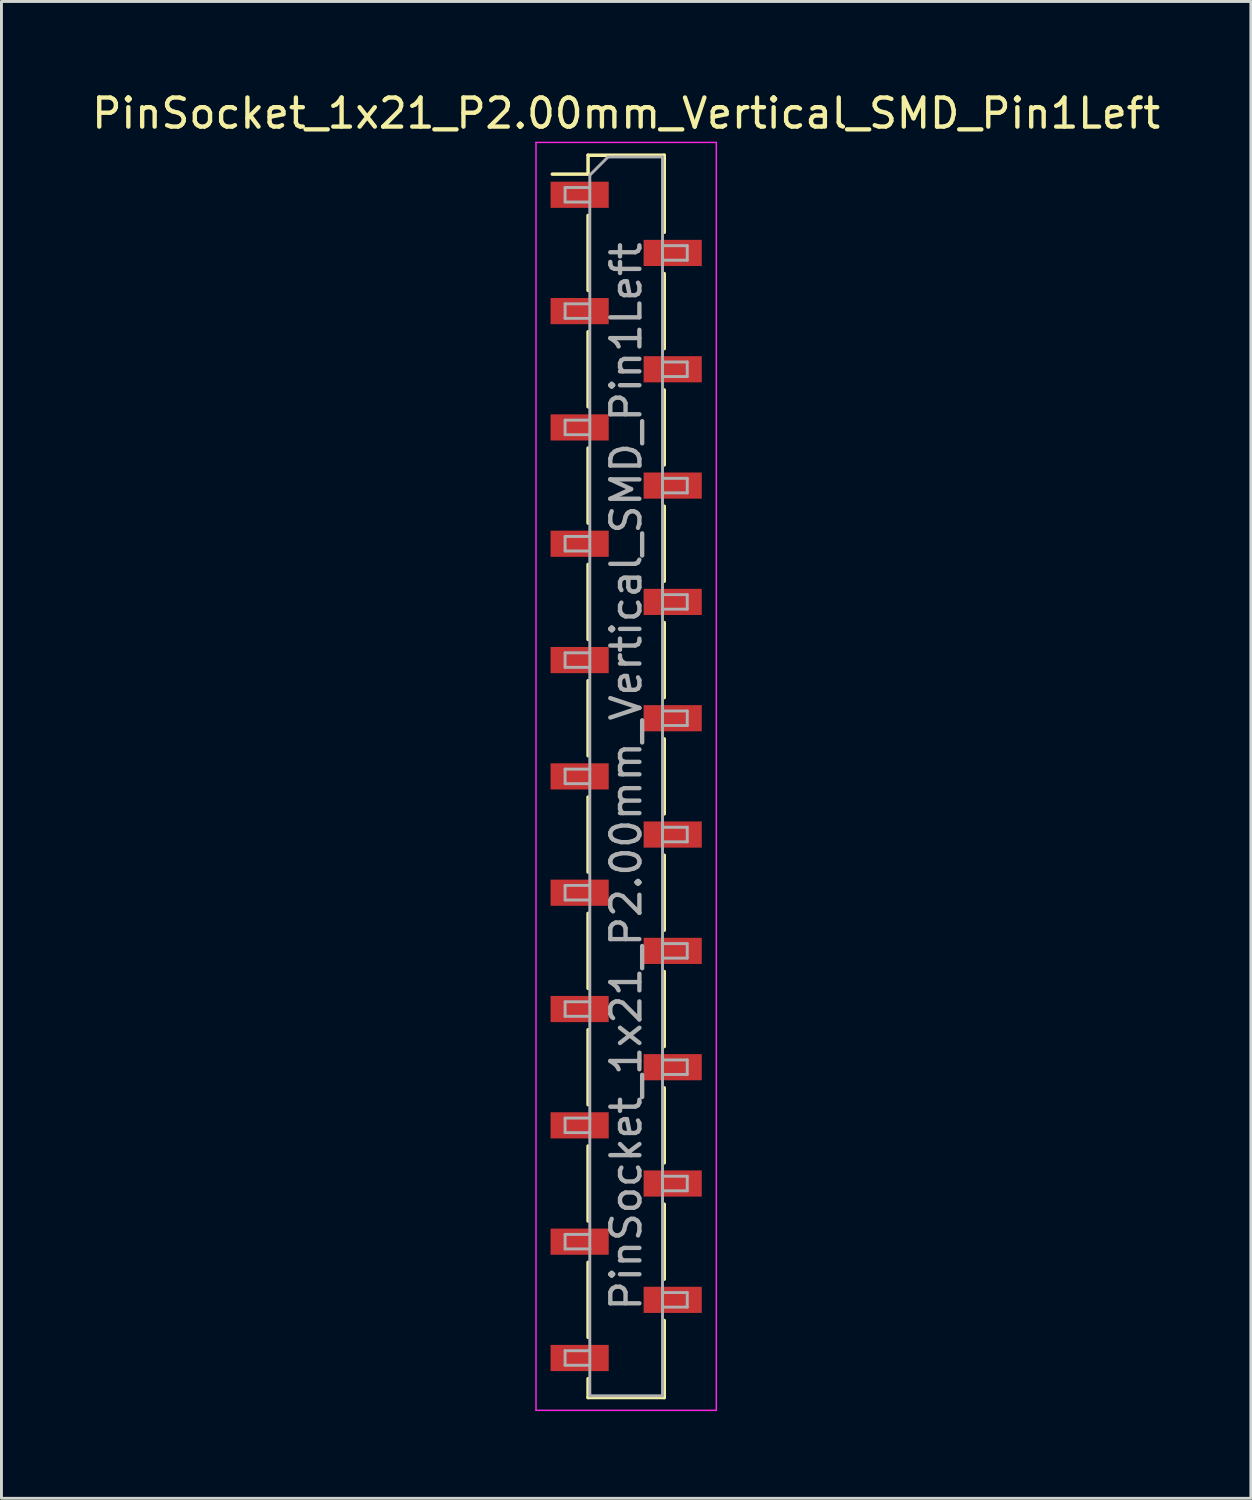
<source format=kicad_pcb>
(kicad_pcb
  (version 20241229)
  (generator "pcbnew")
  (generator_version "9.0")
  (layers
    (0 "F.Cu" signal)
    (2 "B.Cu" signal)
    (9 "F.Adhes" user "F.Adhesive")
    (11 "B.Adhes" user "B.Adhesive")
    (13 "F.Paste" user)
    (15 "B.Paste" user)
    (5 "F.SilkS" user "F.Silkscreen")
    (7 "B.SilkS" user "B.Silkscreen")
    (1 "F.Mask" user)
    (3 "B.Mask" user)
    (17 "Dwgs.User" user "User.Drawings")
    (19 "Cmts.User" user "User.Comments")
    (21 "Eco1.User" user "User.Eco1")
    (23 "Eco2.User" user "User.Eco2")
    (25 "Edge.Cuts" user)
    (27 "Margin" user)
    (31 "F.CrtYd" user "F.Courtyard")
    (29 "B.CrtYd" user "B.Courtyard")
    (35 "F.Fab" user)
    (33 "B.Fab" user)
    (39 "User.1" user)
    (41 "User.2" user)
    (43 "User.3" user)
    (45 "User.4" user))
  (footprint "PinSocket_1x21_P2.00mm_Vertical_SMD_Pin1Left"
    (layer "F.Cu")
    (at 18.482 23.648)
    (property "Reference" "PinSocket_1x21_P2.00mm_Vertical_SMD_Pin1Left" (at 0 -22.8 0) (layer "F.SilkS") (effects (font (size 1 1) (thickness 0.15))))
    (attr smd)
    (fp_line (start -2.54 -20.71) (end -1.31 -20.71) (stroke (width 0.12) (type solid)) (layer "F.SilkS"))
    (fp_line (start -1.31 -21.36) (end -1.31 -20.71) (stroke (width 0.12) (type solid)) (layer "F.SilkS"))
    (fp_line (start -1.31 -21.36) (end 1.31 -21.36) (stroke (width 0.12) (type solid)) (layer "F.SilkS"))
    (fp_line (start -1.31 -19.29) (end -1.31 -16.71) (stroke (width 0.12) (type solid)) (layer "F.SilkS"))
    (fp_line (start -1.31 -15.29) (end -1.31 -12.71) (stroke (width 0.12) (type solid)) (layer "F.SilkS"))
    (fp_line (start -1.31 -11.29) (end -1.31 -8.71) (stroke (width 0.12) (type solid)) (layer "F.SilkS"))
    (fp_line (start -1.31 -7.29) (end -1.31 -4.71) (stroke (width 0.12) (type solid)) (layer "F.SilkS"))
    (fp_line (start -1.31 -3.29) (end -1.31 -0.71) (stroke (width 0.12) (type solid)) (layer "F.SilkS"))
    (fp_line (start -1.31 0.71) (end -1.31 3.29) (stroke (width 0.12) (type solid)) (layer "F.SilkS"))
    (fp_line (start -1.31 4.71) (end -1.31 7.29) (stroke (width 0.12) (type solid)) (layer "F.SilkS"))
    (fp_line (start -1.31 8.71) (end -1.31 11.29) (stroke (width 0.12) (type solid)) (layer "F.SilkS"))
    (fp_line (start -1.31 12.71) (end -1.31 15.29) (stroke (width 0.12) (type solid)) (layer "F.SilkS"))
    (fp_line (start -1.31 16.71) (end -1.31 19.29) (stroke (width 0.12) (type solid)) (layer "F.SilkS"))
    (fp_line (start -1.31 20.71) (end -1.31 21.36) (stroke (width 0.12) (type solid)) (layer "F.SilkS"))
    (fp_line (start -1.31 21.36) (end 1.31 21.36) (stroke (width 0.12) (type solid)) (layer "F.SilkS"))
    (fp_line (start 1.31 -21.36) (end 1.31 -18.71) (stroke (width 0.12) (type solid)) (layer "F.SilkS"))
    (fp_line (start 1.31 -17.29) (end 1.31 -14.71) (stroke (width 0.12) (type solid)) (layer "F.SilkS"))
    (fp_line (start 1.31 -13.29) (end 1.31 -10.71) (stroke (width 0.12) (type solid)) (layer "F.SilkS"))
    (fp_line (start 1.31 -9.29) (end 1.31 -6.71) (stroke (width 0.12) (type solid)) (layer "F.SilkS"))
    (fp_line (start 1.31 -5.29) (end 1.31 -2.71) (stroke (width 0.12) (type solid)) (layer "F.SilkS"))
    (fp_line (start 1.31 -1.29) (end 1.31 1.29) (stroke (width 0.12) (type solid)) (layer "F.SilkS"))
    (fp_line (start 1.31 2.71) (end 1.31 5.29) (stroke (width 0.12) (type solid)) (layer "F.SilkS"))
    (fp_line (start 1.31 6.71) (end 1.31 9.29) (stroke (width 0.12) (type solid)) (layer "F.SilkS"))
    (fp_line (start 1.31 10.71) (end 1.31 13.29) (stroke (width 0.12) (type solid)) (layer "F.SilkS"))
    (fp_line (start 1.31 14.71) (end 1.31 17.29) (stroke (width 0.12) (type solid)) (layer "F.SilkS"))
    (fp_line (start 1.31 18.71) (end 1.31 21.36) (stroke (width 0.12) (type solid)) (layer "F.SilkS"))
    (fp_line (start -3.1 -21.8) (end 3.1 -21.8) (stroke (width 0.05) (type solid)) (layer "F.CrtYd"))
    (fp_line (start -3.1 21.8) (end -3.1 -21.8) (stroke (width 0.05) (type solid)) (layer "F.CrtYd"))
    (fp_line (start 3.1 -21.8) (end 3.1 21.8) (stroke (width 0.05) (type solid)) (layer "F.CrtYd"))
    (fp_line (start 3.1 21.8) (end -3.1 21.8) (stroke (width 0.05) (type solid)) (layer "F.CrtYd"))
    (fp_line (start -2.1 -20.25) (end -1.25 -20.25) (stroke (width 0.1) (type solid)) (layer "F.Fab"))
    (fp_line (start -2.1 -19.75) (end -2.1 -20.25) (stroke (width 0.1) (type solid)) (layer "F.Fab"))
    (fp_line (start -2.1 -16.25) (end -1.25 -16.25) (stroke (width 0.1) (type solid)) (layer "F.Fab"))
    (fp_line (start -2.1 -15.75) (end -2.1 -16.25) (stroke (width 0.1) (type solid)) (layer "F.Fab"))
    (fp_line (start -2.1 -12.25) (end -1.25 -12.25) (stroke (width 0.1) (type solid)) (layer "F.Fab"))
    (fp_line (start -2.1 -11.75) (end -2.1 -12.25) (stroke (width 0.1) (type solid)) (layer "F.Fab"))
    (fp_line (start -2.1 -8.25) (end -1.25 -8.25) (stroke (width 0.1) (type solid)) (layer "F.Fab"))
    (fp_line (start -2.1 -7.75) (end -2.1 -8.25) (stroke (width 0.1) (type solid)) (layer "F.Fab"))
    (fp_line (start -2.1 -4.25) (end -1.25 -4.25) (stroke (width 0.1) (type solid)) (layer "F.Fab"))
    (fp_line (start -2.1 -3.75) (end -2.1 -4.25) (stroke (width 0.1) (type solid)) (layer "F.Fab"))
    (fp_line (start -2.1 -0.25) (end -1.25 -0.25) (stroke (width 0.1) (type solid)) (layer "F.Fab"))
    (fp_line (start -2.1 0.25) (end -2.1 -0.25) (stroke (width 0.1) (type solid)) (layer "F.Fab"))
    (fp_line (start -2.1 3.75) (end -1.25 3.75) (stroke (width 0.1) (type solid)) (layer "F.Fab"))
    (fp_line (start -2.1 4.25) (end -2.1 3.75) (stroke (width 0.1) (type solid)) (layer "F.Fab"))
    (fp_line (start -2.1 7.75) (end -1.25 7.75) (stroke (width 0.1) (type solid)) (layer "F.Fab"))
    (fp_line (start -2.1 8.25) (end -2.1 7.75) (stroke (width 0.1) (type solid)) (layer "F.Fab"))
    (fp_line (start -2.1 11.75) (end -1.25 11.75) (stroke (width 0.1) (type solid)) (layer "F.Fab"))
    (fp_line (start -2.1 12.25) (end -2.1 11.75) (stroke (width 0.1) (type solid)) (layer "F.Fab"))
    (fp_line (start -2.1 15.75) (end -1.25 15.75) (stroke (width 0.1) (type solid)) (layer "F.Fab"))
    (fp_line (start -2.1 16.25) (end -2.1 15.75) (stroke (width 0.1) (type solid)) (layer "F.Fab"))
    (fp_line (start -2.1 19.75) (end -1.25 19.75) (stroke (width 0.1) (type solid)) (layer "F.Fab"))
    (fp_line (start -2.1 20.25) (end -2.1 19.75) (stroke (width 0.1) (type solid)) (layer "F.Fab"))
    (fp_line (start -1.25 -20.675) (end -0.625 -21.3) (stroke (width 0.1) (type solid)) (layer "F.Fab"))
    (fp_line (start -1.25 -19.75) (end -2.1 -19.75) (stroke (width 0.1) (type solid)) (layer "F.Fab"))
    (fp_line (start -1.25 -15.75) (end -2.1 -15.75) (stroke (width 0.1) (type solid)) (layer "F.Fab"))
    (fp_line (start -1.25 -11.75) (end -2.1 -11.75) (stroke (width 0.1) (type solid)) (layer "F.Fab"))
    (fp_line (start -1.25 -7.75) (end -2.1 -7.75) (stroke (width 0.1) (type solid)) (layer "F.Fab"))
    (fp_line (start -1.25 -3.75) (end -2.1 -3.75) (stroke (width 0.1) (type solid)) (layer "F.Fab"))
    (fp_line (start -1.25 0.25) (end -2.1 0.25) (stroke (width 0.1) (type solid)) (layer "F.Fab"))
    (fp_line (start -1.25 4.25) (end -2.1 4.25) (stroke (width 0.1) (type solid)) (layer "F.Fab"))
    (fp_line (start -1.25 8.25) (end -2.1 8.25) (stroke (width 0.1) (type solid)) (layer "F.Fab"))
    (fp_line (start -1.25 12.25) (end -2.1 12.25) (stroke (width 0.1) (type solid)) (layer "F.Fab"))
    (fp_line (start -1.25 16.25) (end -2.1 16.25) (stroke (width 0.1) (type solid)) (layer "F.Fab"))
    (fp_line (start -1.25 20.25) (end -2.1 20.25) (stroke (width 0.1) (type solid)) (layer "F.Fab"))
    (fp_line (start -1.25 21.3) (end -1.25 -20.675) (stroke (width 0.1) (type solid)) (layer "F.Fab"))
    (fp_line (start -0.625 -21.3) (end 1.25 -21.3) (stroke (width 0.1) (type solid)) (layer "F.Fab"))
    (fp_line (start 1.25 -21.3) (end 1.25 21.3) (stroke (width 0.1) (type solid)) (layer "F.Fab"))
    (fp_line (start 1.25 -18.25) (end 2.1 -18.25) (stroke (width 0.1) (type solid)) (layer "F.Fab"))
    (fp_line (start 1.25 -14.25) (end 2.1 -14.25) (stroke (width 0.1) (type solid)) (layer "F.Fab"))
    (fp_line (start 1.25 -10.25) (end 2.1 -10.25) (stroke (width 0.1) (type solid)) (layer "F.Fab"))
    (fp_line (start 1.25 -6.25) (end 2.1 -6.25) (stroke (width 0.1) (type solid)) (layer "F.Fab"))
    (fp_line (start 1.25 -2.25) (end 2.1 -2.25) (stroke (width 0.1) (type solid)) (layer "F.Fab"))
    (fp_line (start 1.25 1.75) (end 2.1 1.75) (stroke (width 0.1) (type solid)) (layer "F.Fab"))
    (fp_line (start 1.25 5.75) (end 2.1 5.75) (stroke (width 0.1) (type solid)) (layer "F.Fab"))
    (fp_line (start 1.25 9.75) (end 2.1 9.75) (stroke (width 0.1) (type solid)) (layer "F.Fab"))
    (fp_line (start 1.25 13.75) (end 2.1 13.75) (stroke (width 0.1) (type solid)) (layer "F.Fab"))
    (fp_line (start 1.25 17.75) (end 2.1 17.75) (stroke (width 0.1) (type solid)) (layer "F.Fab"))
    (fp_line (start 1.25 21.3) (end -1.25 21.3) (stroke (width 0.1) (type solid)) (layer "F.Fab"))
    (fp_line (start 2.1 -18.25) (end 2.1 -17.75) (stroke (width 0.1) (type solid)) (layer "F.Fab"))
    (fp_line (start 2.1 -17.75) (end 1.25 -17.75) (stroke (width 0.1) (type solid)) (layer "F.Fab"))
    (fp_line (start 2.1 -14.25) (end 2.1 -13.75) (stroke (width 0.1) (type solid)) (layer "F.Fab"))
    (fp_line (start 2.1 -13.75) (end 1.25 -13.75) (stroke (width 0.1) (type solid)) (layer "F.Fab"))
    (fp_line (start 2.1 -10.25) (end 2.1 -9.75) (stroke (width 0.1) (type solid)) (layer "F.Fab"))
    (fp_line (start 2.1 -9.75) (end 1.25 -9.75) (stroke (width 0.1) (type solid)) (layer "F.Fab"))
    (fp_line (start 2.1 -6.25) (end 2.1 -5.75) (stroke (width 0.1) (type solid)) (layer "F.Fab"))
    (fp_line (start 2.1 -5.75) (end 1.25 -5.75) (stroke (width 0.1) (type solid)) (layer "F.Fab"))
    (fp_line (start 2.1 -2.25) (end 2.1 -1.75) (stroke (width 0.1) (type solid)) (layer "F.Fab"))
    (fp_line (start 2.1 -1.75) (end 1.25 -1.75) (stroke (width 0.1) (type solid)) (layer "F.Fab"))
    (fp_line (start 2.1 1.75) (end 2.1 2.25) (stroke (width 0.1) (type solid)) (layer "F.Fab"))
    (fp_line (start 2.1 2.25) (end 1.25 2.25) (stroke (width 0.1) (type solid)) (layer "F.Fab"))
    (fp_line (start 2.1 5.75) (end 2.1 6.25) (stroke (width 0.1) (type solid)) (layer "F.Fab"))
    (fp_line (start 2.1 6.25) (end 1.25 6.25) (stroke (width 0.1) (type solid)) (layer "F.Fab"))
    (fp_line (start 2.1 9.75) (end 2.1 10.25) (stroke (width 0.1) (type solid)) (layer "F.Fab"))
    (fp_line (start 2.1 10.25) (end 1.25 10.25) (stroke (width 0.1) (type solid)) (layer "F.Fab"))
    (fp_line (start 2.1 13.75) (end 2.1 14.25) (stroke (width 0.1) (type solid)) (layer "F.Fab"))
    (fp_line (start 2.1 14.25) (end 1.25 14.25) (stroke (width 0.1) (type solid)) (layer "F.Fab"))
    (fp_line (start 2.1 17.75) (end 2.1 18.25) (stroke (width 0.1) (type solid)) (layer "F.Fab"))
    (fp_line (start 2.1 18.25) (end 1.25 18.25) (stroke (width 0.1) (type solid)) (layer "F.Fab"))
    (fp_text user "${REFERENCE}" (at 0 0 90) (layer "F.Fab") (effects (font (size 1 1) (thickness 0.15))))
    (pad "1" smd rect (at -1.6 -20) (size 2 0.9) (layers "F.Cu" "F.Mask" "F.Paste"))
    (pad "2" smd rect (at 1.6 -18) (size 2 0.9) (layers "F.Cu" "F.Mask" "F.Paste"))
    (pad "3" smd rect (at -1.6 -16) (size 2 0.9) (layers "F.Cu" "F.Mask" "F.Paste"))
    (pad "4" smd rect (at 1.6 -14) (size 2 0.9) (layers "F.Cu" "F.Mask" "F.Paste"))
    (pad "5" smd rect (at -1.6 -12) (size 2 0.9) (layers "F.Cu" "F.Mask" "F.Paste"))
    (pad "6" smd rect (at 1.6 -10) (size 2 0.9) (layers "F.Cu" "F.Mask" "F.Paste"))
    (pad "7" smd rect (at -1.6 -8) (size 2 0.9) (layers "F.Cu" "F.Mask" "F.Paste"))
    (pad "8" smd rect (at 1.6 -6) (size 2 0.9) (layers "F.Cu" "F.Mask" "F.Paste"))
    (pad "9" smd rect (at -1.6 -4) (size 2 0.9) (layers "F.Cu" "F.Mask" "F.Paste"))
    (pad "10" smd rect (at 1.6 -2) (size 2 0.9) (layers "F.Cu" "F.Mask" "F.Paste"))
    (pad "11" smd rect (at -1.6 0) (size 2 0.9) (layers "F.Cu" "F.Mask" "F.Paste"))
    (pad "12" smd rect (at 1.6 2) (size 2 0.9) (layers "F.Cu" "F.Mask" "F.Paste"))
    (pad "13" smd rect (at -1.6 4) (size 2 0.9) (layers "F.Cu" "F.Mask" "F.Paste"))
    (pad "14" smd rect (at 1.6 6) (size 2 0.9) (layers "F.Cu" "F.Mask" "F.Paste"))
    (pad "15" smd rect (at -1.6 8) (size 2 0.9) (layers "F.Cu" "F.Mask" "F.Paste"))
    (pad "16" smd rect (at 1.6 10) (size 2 0.9) (layers "F.Cu" "F.Mask" "F.Paste"))
    (pad "17" smd rect (at -1.6 12) (size 2 0.9) (layers "F.Cu" "F.Mask" "F.Paste"))
    (pad "18" smd rect (at 1.6 14) (size 2 0.9) (layers "F.Cu" "F.Mask" "F.Paste"))
    (pad "19" smd rect (at -1.6 16) (size 2 0.9) (layers "F.Cu" "F.Mask" "F.Paste"))
    (pad "20" smd rect (at 1.6 18) (size 2 0.9) (layers "F.Cu" "F.Mask" "F.Paste"))
    (pad "21" smd rect (at -1.6 20) (size 2 0.9) (layers "F.Cu" "F.Mask" "F.Paste")))
  (gr_rect
    (start -3 -3)
    (end 39.964 48.473)
    (stroke (width 0.1) (type default))
    (fill no)
    (layer "Edge.Cuts")))
</source>
